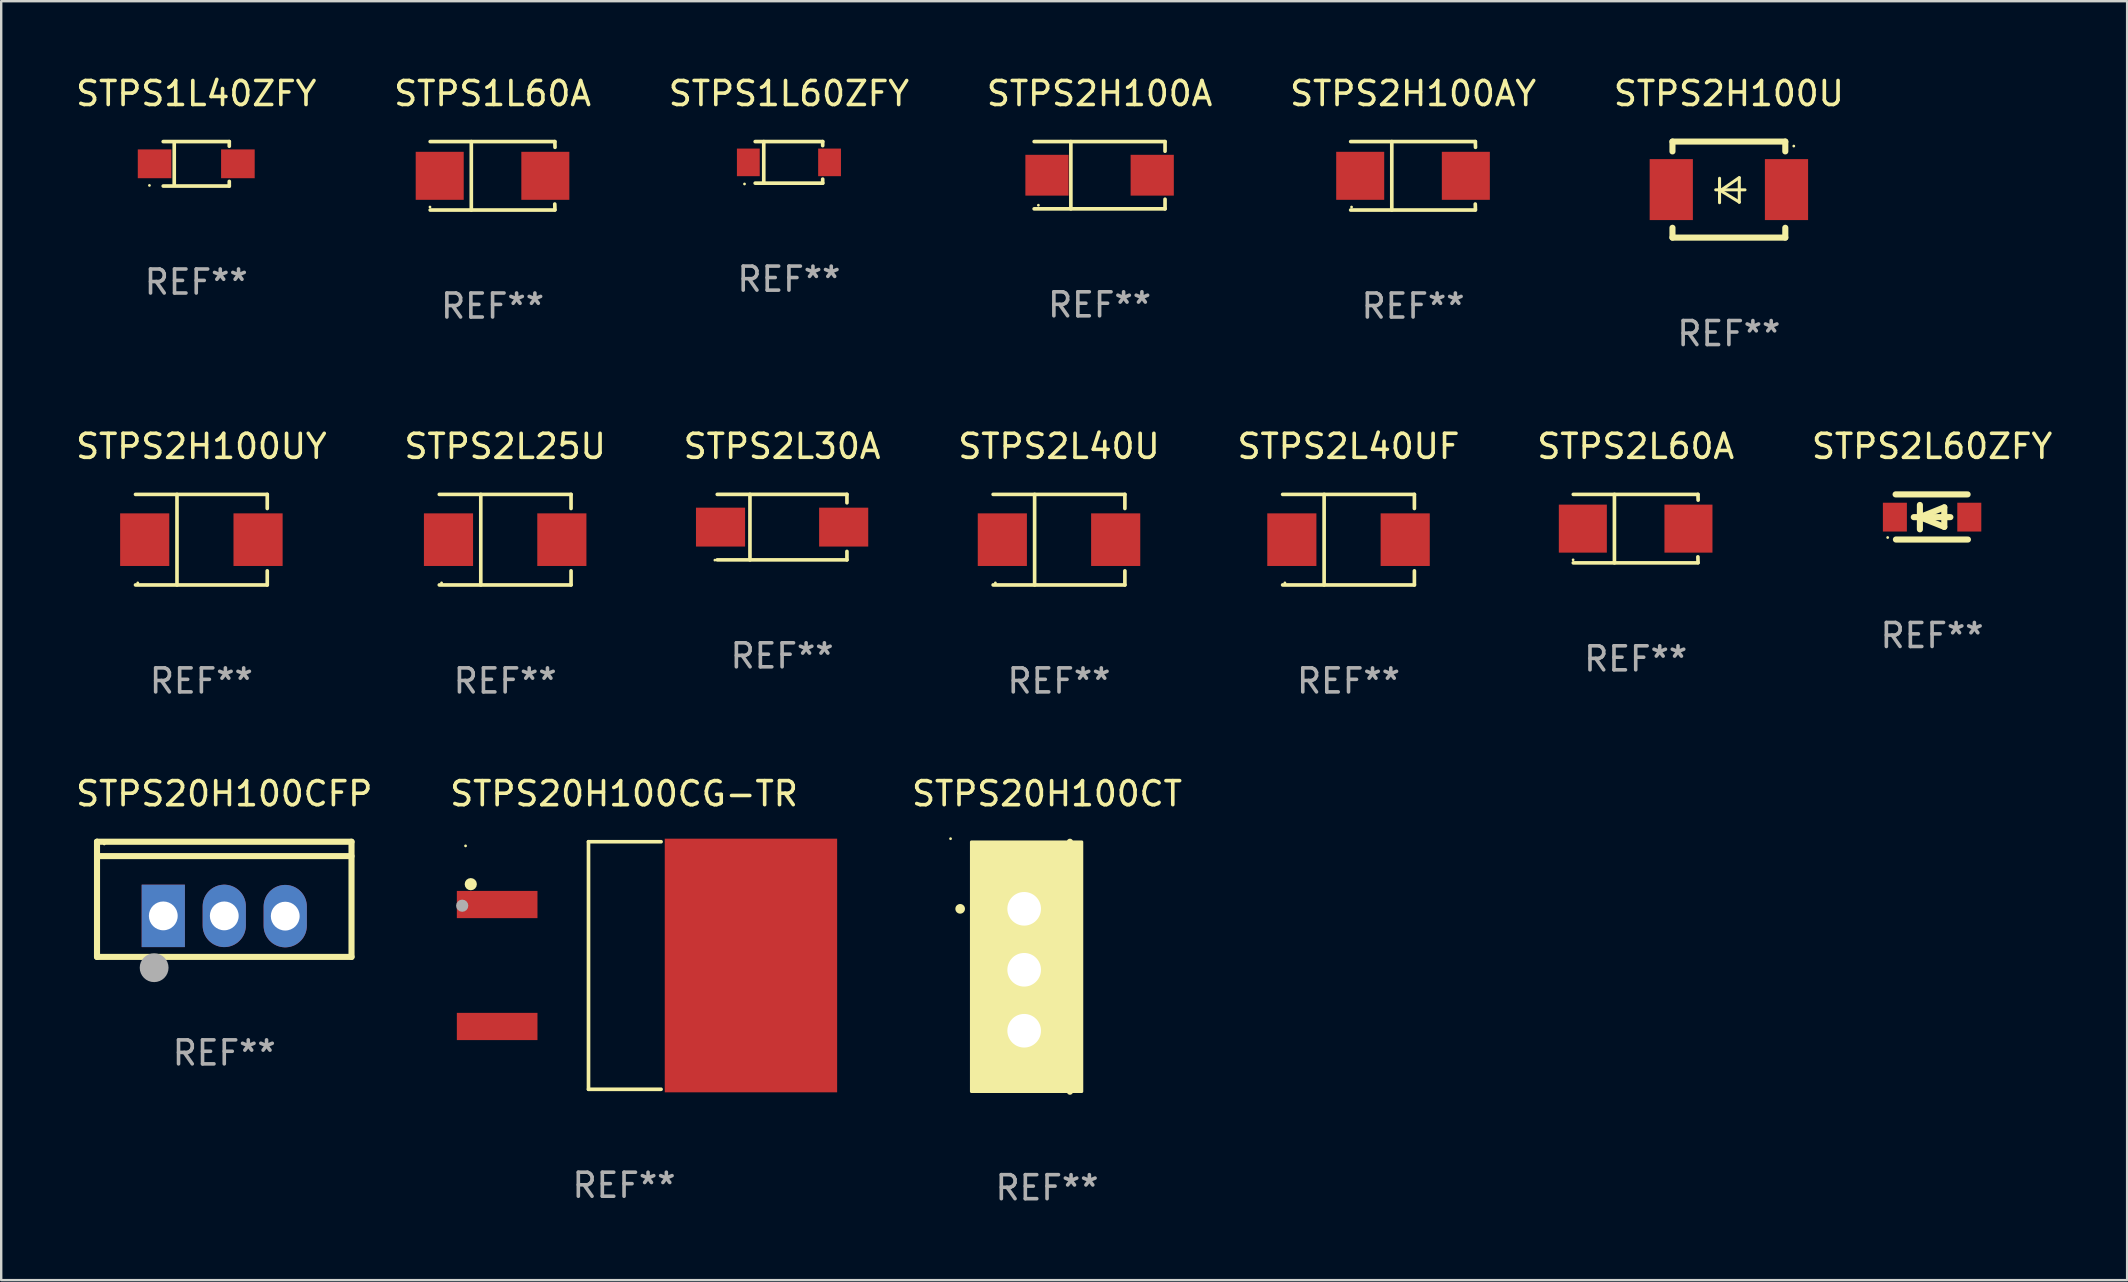
<source format=kicad_pcb>
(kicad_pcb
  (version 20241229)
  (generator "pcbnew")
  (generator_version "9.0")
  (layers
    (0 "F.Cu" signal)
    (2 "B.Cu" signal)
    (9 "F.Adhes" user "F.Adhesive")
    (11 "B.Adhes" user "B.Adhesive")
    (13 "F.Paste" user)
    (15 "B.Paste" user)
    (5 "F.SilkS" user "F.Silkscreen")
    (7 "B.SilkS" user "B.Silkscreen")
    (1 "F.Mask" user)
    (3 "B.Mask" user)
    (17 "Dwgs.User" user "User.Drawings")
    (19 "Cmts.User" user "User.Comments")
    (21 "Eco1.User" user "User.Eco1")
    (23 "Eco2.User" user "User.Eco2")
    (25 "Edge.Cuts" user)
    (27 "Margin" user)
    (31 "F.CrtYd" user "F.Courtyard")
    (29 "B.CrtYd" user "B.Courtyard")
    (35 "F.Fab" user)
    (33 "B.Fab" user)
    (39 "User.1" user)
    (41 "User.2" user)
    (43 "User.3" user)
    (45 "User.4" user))
  (footprint "STPS2L60ZFY"
    (layer "F.Cu")
    (at 77.435 18.485)
    (property "Reference" "STPS2L60ZFY" (at 0 -2.94 0) (layer "F.SilkS") (effects (font (size 1 1) (thickness 0.15))))
    (attr through_hole)
    (fp_line (start -1.52 -0.94) (end 1.48 -0.94) (stroke (width 0.254) (type solid)) (layer "F.SilkS"))
    (fp_line (start -1.507 0.94) (end 1.493 0.94) (stroke (width 0.254) (type solid)) (layer "F.SilkS"))
    (fp_line (start -0.762 0.007) (end 0.762 0.007) (stroke (width 0.254) (type solid)) (layer "F.SilkS"))
    (fp_line (start -0.508 -0.501) (end -0.508 0.515) (stroke (width 0.254) (type solid)) (layer "F.SilkS"))
    (fp_line (start -0.508 0.007) (end 0.508 -0.4) (stroke (width 0.254) (type solid)) (layer "F.SilkS"))
    (fp_line (start 0.508 -0.4) (end 0.508 0.413) (stroke (width 0.254) (type solid)) (layer "F.SilkS"))
    (fp_line (start 0.508 0.413) (end -0.508 0.007) (stroke (width 0.254) (type solid)) (layer "F.SilkS"))
    (fp_circle (center -1.85 0.857) (end -1.82 0.857) (stroke (width 0.06) (type solid)) (fill no) (layer "F.SilkS"))
    (fp_text user "REF**" (at 0 4.94 0) (layer "F.Fab") (effects (font (size 1 1) (thickness 0.15))))
    (pad "1" smd rect (at -1.55 0.007) (size 1 1.2) (layers "F.Cu" "F.Mask" "F.Paste"))
    (pad "2" smd rect (at 1.55 0.007) (size 1 1.2) (layers "F.Cu" "F.Mask" "F.Paste")))
  (footprint "STPS1L60ZFY"
    (layer "F.Cu")
    (at 29.815 3.714)
    (property "Reference" "STPS1L60ZFY" (at 0 -2.866 0) (layer "F.SilkS") (effects (font (size 1 1) (thickness 0.15))))
    (attr through_hole)
    (fp_line (start -1.406 -0.866) (end 1.406 -0.866) (stroke (width 0.152) (type solid)) (layer "F.SilkS"))
    (fp_line (start -1.406 0.866) (end 1.406 0.866) (stroke (width 0.152) (type solid)) (layer "F.SilkS"))
    (fp_line (start -1.049 -0.866) (end -1.049 0.866) (stroke (width 0.152) (type solid)) (layer "F.SilkS"))
    (fp_line (start 1.406 -0.866) (end 1.406 -0.698) (stroke (width 0.152) (type solid)) (layer "F.SilkS"))
    (fp_line (start 1.406 0.866) (end 1.406 0.698) (stroke (width 0.152) (type solid)) (layer "F.SilkS"))
    (fp_circle (center -1.851 0.9) (end -1.821 0.9) (stroke (width 0.06) (type solid)) (fill no) (layer "F.SilkS"))
    (fp_text user "REF**" (at 0 4.866 0) (layer "F.Fab") (effects (font (size 1 1) (thickness 0.15))))
    (pad "1" smd rect (at -1.692 0) (size 0.95 1.15) (layers "F.Cu" "F.Mask" "F.Paste"))
    (pad "2" smd rect (at 1.692 0) (size 0.95 1.15) (layers "F.Cu" "F.Mask" "F.Paste")))
  (footprint "STPS2L60A"
    (layer "F.Cu")
    (at 65.089 18.971)
    (property "Reference" "STPS2L60A" (at 0 -3.426 0) (layer "F.SilkS") (effects (font (size 1 1) (thickness 0.15))))
    (attr through_hole)
    (fp_line (start -2.6 -1.426) (end 2.593 -1.426) (stroke (width 0.152) (type solid)) (layer "F.SilkS"))
    (fp_line (start -2.6 1.426) (end 2.593 1.426) (stroke (width 0.152) (type solid)) (layer "F.SilkS"))
    (fp_line (start -0.887 -1.426) (end -0.887 1.426) (stroke (width 0.152) (type solid)) (layer "F.SilkS"))
    (fp_line (start 2.59 1.176) (end 2.597 1.415) (stroke (width 0.152) (type solid)) (layer "F.SilkS"))
    (fp_line (start 2.593 -1.426) (end 2.6 -1.187) (stroke (width 0.152) (type solid)) (layer "F.SilkS"))
    (fp_circle (center -2.608 1.3) (end -2.578 1.3) (stroke (width 0.06) (type solid)) (fill no) (layer "F.SilkS"))
    (fp_text user "REF**" (at 0 5.426 0) (layer "F.Fab") (effects (font (size 1 1) (thickness 0.15))))
    (pad "1" smd rect (at -2.203 0 180) (size 2 2) (layers "F.Cu" "F.Mask" "F.Paste"))
    (pad "2" smd rect (at 2.197 0 180) (size 2 2) (layers "F.Cu" "F.Mask" "F.Paste")))
  (footprint "STPS1L40ZFY"
    (layer "F.Cu")
    (at 5.125 3.774)
    (property "Reference" "STPS1L40ZFY" (at 0 -2.926 0) (layer "F.SilkS") (effects (font (size 1 1) (thickness 0.15))))
    (attr through_hole)
    (fp_line (start -1.376 -0.926) (end 1.376 -0.926) (stroke (width 0.152) (type solid)) (layer "F.SilkS"))
    (fp_line (start -1.376 0.926) (end 1.376 0.926) (stroke (width 0.152) (type solid)) (layer "F.SilkS"))
    (fp_line (start -0.917 -0.876) (end -0.917 0.876) (stroke (width 0.152) (type solid)) (layer "F.SilkS"))
    (fp_line (start 1.376 -0.926) (end 1.376 -0.733) (stroke (width 0.152) (type solid)) (layer "F.SilkS"))
    (fp_line (start 1.376 0.926) (end 1.376 0.733) (stroke (width 0.152) (type solid)) (layer "F.SilkS"))
    (fp_circle (center -1.95 0.9) (end -1.92 0.9) (stroke (width 0.06) (type solid)) (fill no) (layer "F.SilkS"))
    (fp_text user "REF**" (at 0 4.926 0) (layer "F.Fab") (effects (font (size 1 1) (thickness 0.15))))
    (pad "1" smd rect (at -1.735 0) (size 1.4 1.2) (layers "F.Cu" "F.Mask" "F.Paste"))
    (pad "2" smd rect (at 1.735 0) (size 1.4 1.2) (layers "F.Cu" "F.Mask" "F.Paste")))
  (footprint "STPS20H100CG-TR"
    (layer "F.Cu")
    (at 22.946 37.17)
    (property "Reference" "STPS20H100CG-TR" (at 0 -7.156 0) (layer "F.SilkS") (effects (font (size 1 1) (thickness 0.15))))
    (attr through_hole)
    (fp_line (start -1.481 -5.156) (end -1.481 5.156) (stroke (width 0.152) (type solid)) (layer "F.SilkS"))
    (fp_line (start 1.543 -5.156) (end -1.481 -5.156) (stroke (width 0.152) (type solid)) (layer "F.SilkS"))
    (fp_line (start 1.543 5.156) (end -1.481 5.156) (stroke (width 0.152) (type solid)) (layer "F.SilkS"))
    (fp_circle (center -6.602 -4.983) (end -6.572 -4.983) (stroke (width 0.06) (type solid)) (fill no) (layer "F.SilkS"))
    (fp_circle (center -6.385 -3.388) (end -6.258 -3.388) (stroke (width 0.254) (type solid)) (fill no) (layer "F.SilkS"))
    (fp_circle (center -6.742 -2.491) (end -6.615 -2.491) (stroke (width 0.254) (type solid)) (fill no) (layer "F.Fab"))
    (fp_text user "REF**" (at 0 9.156 0) (layer "F.Fab") (effects (font (size 1 1) (thickness 0.15))))
    (pad "1" smd rect (at -5.286 -2.54) (size 3.359 1.134) (layers "F.Cu" "F.Mask" "F.Paste"))
    (pad "3" smd rect (at -5.286 2.54) (size 3.359 1.134) (layers "F.Cu" "F.Mask" "F.Paste"))
    (pad "4" smd rect (at 5.286 0) (size 7.181 10.566) (layers "F.Cu" "F.Mask" "F.Paste")))
  (footprint "STPS2H100A"
    (layer "F.Cu")
    (at 42.756 4.249)
    (property "Reference" "STPS2H100A" (at 0 -3.401 0) (layer "F.SilkS") (effects (font (size 1 1) (thickness 0.15))))
    (attr through_hole)
    (fp_line (start -2.726 -1.401) (end 2.726 -1.401) (stroke (width 0.152) (type solid)) (layer "F.SilkS"))
    (fp_line (start -2.726 1.401) (end 2.726 1.401) (stroke (width 0.152) (type solid)) (layer "F.SilkS"))
    (fp_line (start -1.197 -1.401) (end -1.197 1.401) (stroke (width 0.152) (type solid)) (layer "F.SilkS"))
    (fp_line (start 2.726 -1.401) (end 2.726 -1) (stroke (width 0.152) (type solid)) (layer "F.SilkS"))
    (fp_line (start 2.726 1.401) (end 2.726 1) (stroke (width 0.152) (type solid)) (layer "F.SilkS"))
    (fp_circle (center -2.55 1.25) (end -2.52 1.25) (stroke (width 0.06) (type solid)) (fill no) (layer "F.SilkS"))
    (fp_text user "REF**" (at 0 5.401 0) (layer "F.Fab") (effects (font (size 1 1) (thickness 0.15))))
    (pad "1" smd rect (at -2.192 0) (size 1.8 1.7) (layers "F.Cu" "F.Mask" "F.Paste"))
    (pad "2" smd rect (at 2.192 0) (size 1.8 1.7) (layers "F.Cu" "F.Mask" "F.Paste")))
  (footprint "STPS2L30A"
    (layer "F.Cu")
    (at 29.53 18.908)
    (property "Reference" "STPS2L30A" (at 0 -3.364 0) (layer "F.SilkS") (effects (font (size 1 1) (thickness 0.15))))
    (attr through_hole)
    (fp_line (start -2.701 -1.364) (end 2.701 -1.364) (stroke (width 0.152) (type solid)) (layer "F.SilkS"))
    (fp_line (start -2.701 1.364) (end 2.701 1.364) (stroke (width 0.152) (type solid)) (layer "F.SilkS"))
    (fp_line (start -1.339 -1.364) (end -1.339 1.364) (stroke (width 0.152) (type solid)) (layer "F.SilkS"))
    (fp_line (start 2.701 -1.364) (end 2.701 -1.013) (stroke (width 0.152) (type solid)) (layer "F.SilkS"))
    (fp_line (start 2.701 1.364) (end 2.701 1.013) (stroke (width 0.152) (type solid)) (layer "F.SilkS"))
    (fp_circle (center -2.8 1.375) (end -2.77 1.375) (stroke (width 0.06) (type solid)) (fill no) (layer "F.SilkS"))
    (fp_text user "REF**" (at 0 5.364 0) (layer "F.Fab") (effects (font (size 1 1) (thickness 0.15))))
    (pad "1" smd rect (at -2.565 -0.000025) (size 2.046 1.62) (layers "F.Cu" "F.Mask" "F.Paste"))
    (pad "2" smd rect (at 2.565 -0.000025) (size 2.046 1.62) (layers "F.Cu" "F.Mask" "F.Paste")))
  (footprint "STPS2L40U"
    (layer "F.Cu")
    (at 41.065 19.431)
    (property "Reference" "STPS2L40U" (at 0 -3.886 0) (layer "F.SilkS") (effects (font (size 1 1) (thickness 0.15))))
    (attr through_hole)
    (fp_line (start -2.744 -1.886) (end 2.744 -1.886) (stroke (width 0.152) (type solid)) (layer "F.SilkS"))
    (fp_line (start -2.744 1.886) (end 2.744 1.886) (stroke (width 0.152) (type solid)) (layer "F.SilkS"))
    (fp_line (start -1.016 -1.886) (end -1.016 1.886) (stroke (width 0.152) (type solid)) (layer "F.SilkS"))
    (fp_line (start 2.744 -1.886) (end 2.744 -1.299) (stroke (width 0.152) (type solid)) (layer "F.SilkS"))
    (fp_line (start 2.744 1.886) (end 2.744 1.299) (stroke (width 0.152) (type solid)) (layer "F.SilkS"))
    (fp_circle (center -2.65 1.8) (end -2.62 1.8) (stroke (width 0.06) (type solid)) (fill no) (layer "F.SilkS"))
    (fp_text user "REF**" (at 0 5.886 0) (layer "F.Fab") (effects (font (size 1 1) (thickness 0.15))))
    (pad "1" smd rect (at -2.361 0) (size 2.047 2.192) (layers "F.Cu" "F.Mask" "F.Paste"))
    (pad "2" smd rect (at 2.361 0) (size 2.047 2.192) (layers "F.Cu" "F.Mask" "F.Paste")))
  (footprint "STPS20H100CT"
    (layer "F.Cu")
    (at 40.567 37.221)
    (property "Reference" "STPS20H100CT" (at 0 -7.207 0) (layer "F.SilkS") (effects (font (size 1 1) (thickness 0.15))))
    (attr through_hole)
    (fp_line (start 0.953 5.207) (end 0.953 -5.207) (stroke (width 0.254) (type solid)) (layer "F.SilkS"))
    (fp_arc (start -3.619507 -2.410465) (mid -3.619511 -2.411735) (end -3.619507 -2.413005) (stroke (width 0.4) (type solid)) (layer "F.SilkS"))
    (fp_circle (center -4.02 -5.334) (end -3.99 -5.334) (stroke (width 0.06) (type solid)) (fill no) (layer "F.SilkS"))
    (fp_poly (pts (xy -3.152 -5.2) (xy 1.448 -5.2) (xy 1.448 5.2) (xy -3.152 5.2)) (stroke (width 0.12) (type solid)) (fill yes) (layer "F.SilkS"))
    (fp_text user "REF**" (at 0 9.207 0) (layer "F.Fab") (effects (font (size 1 1) (thickness 0.15))))
    (pad "1" thru_hole rect (at -0.953 -2.413 270) (size 2 2.5) (drill 1.4) (layers "*.Cu" "*.Mask"))
    (pad "2" thru_hole oval (at -0.953 0.127 270) (size 2 2.5) (drill 1.4) (layers "*.Cu" "*.Mask"))
    (pad "3" thru_hole oval (at -0.953 2.667 270) (size 2 2.5) (drill 1.4) (layers "*.Cu" "*.Mask")))
  (footprint "STPS1L60A"
    (layer "F.Cu")
    (at 17.47 4.274)
    (property "Reference" "STPS1L60A" (at 0 -3.426 0) (layer "F.SilkS") (effects (font (size 1 1) (thickness 0.15))))
    (attr through_hole)
    (fp_line (start -2.6 -1.426) (end 2.593 -1.426) (stroke (width 0.152) (type solid)) (layer "F.SilkS"))
    (fp_line (start -2.6 1.426) (end 2.593 1.426) (stroke (width 0.152) (type solid)) (layer "F.SilkS"))
    (fp_line (start -0.887 -1.426) (end -0.887 1.426) (stroke (width 0.152) (type solid)) (layer "F.SilkS"))
    (fp_line (start 2.59 1.176) (end 2.597 1.415) (stroke (width 0.152) (type solid)) (layer "F.SilkS"))
    (fp_line (start 2.593 -1.426) (end 2.6 -1.187) (stroke (width 0.152) (type solid)) (layer "F.SilkS"))
    (fp_circle (center -2.608 1.3) (end -2.578 1.3) (stroke (width 0.06) (type solid)) (fill no) (layer "F.SilkS"))
    (fp_text user "REF**" (at 0 5.426 0) (layer "F.Fab") (effects (font (size 1 1) (thickness 0.15))))
    (pad "1" smd rect (at -2.203 0 180) (size 2 2) (layers "F.Cu" "F.Mask" "F.Paste"))
    (pad "2" smd rect (at 2.197 0 180) (size 2 2) (layers "F.Cu" "F.Mask" "F.Paste")))
  (footprint "STPS2H100U"
    (layer "F.Cu")
    (at 68.97 4.848)
    (property "Reference" "STPS2H100U" (at 0 -4 0) (layer "F.SilkS") (effects (font (size 1 1) (thickness 0.15))))
    (attr through_hole)
    (fp_line (start -2.35 -2) (end -2.35 -1.591) (stroke (width 0.254) (type solid)) (layer "F.SilkS"))
    (fp_line (start -2.35 -2) (end 2.35 -2) (stroke (width 0.254) (type solid)) (layer "F.SilkS"))
    (fp_line (start -2.35 1.591) (end -2.35 2) (stroke (width 0.254) (type solid)) (layer "F.SilkS"))
    (fp_line (start -2.35 2) (end 2.35 2) (stroke (width 0.254) (type solid)) (layer "F.SilkS"))
    (fp_line (start -0.548 0.01) (end 0.671 0.01) (stroke (width 0.127) (type solid)) (layer "F.SilkS"))
    (fp_line (start -0.389 -0.47) (end -0.389 0.546) (stroke (width 0.127) (type solid)) (layer "F.SilkS"))
    (fp_line (start -0.35 0.04) (end 0.433 0.52) (stroke (width 0.127) (type solid)) (layer "F.SilkS"))
    (fp_line (start 0.433 -0.5) (end -0.35 0.04) (stroke (width 0.127) (type solid)) (layer "F.SilkS"))
    (fp_line (start 0.433 0.53) (end 0.433 -0.486) (stroke (width 0.127) (type solid)) (layer "F.SilkS"))
    (fp_line (start 2.35 -2) (end 2.35 -1.591) (stroke (width 0.254) (type solid)) (layer "F.SilkS"))
    (fp_line (start 2.35 1.591) (end 2.35 2) (stroke (width 0.254) (type solid)) (layer "F.SilkS"))
    (fp_circle (center 2.704 -1.813) (end 2.734 -1.813) (stroke (width 0.06) (type solid)) (fill no) (layer "F.SilkS"))
    (fp_text user "REF**" (at 0 6 0) (layer "F.Fab") (effects (font (size 1 1) (thickness 0.15))))
    (pad "1" smd rect (at 2.4 0) (size 1.8 2.54) (layers "F.Cu" "F.Mask" "F.Paste"))
    (pad "2" smd rect (at -2.4 0) (size 1.8 2.54) (layers "F.Cu" "F.Mask" "F.Paste")))
  (footprint "STPS2L25U"
    (layer "F.Cu")
    (at 17.994 19.431)
    (property "Reference" "STPS2L25U" (at 0 -3.886 0) (layer "F.SilkS") (effects (font (size 1 1) (thickness 0.15))))
    (attr through_hole)
    (fp_line (start -2.744 -1.886) (end 2.744 -1.886) (stroke (width 0.152) (type solid)) (layer "F.SilkS"))
    (fp_line (start -2.744 1.886) (end 2.744 1.886) (stroke (width 0.152) (type solid)) (layer "F.SilkS"))
    (fp_line (start -1.016 -1.886) (end -1.016 1.886) (stroke (width 0.152) (type solid)) (layer "F.SilkS"))
    (fp_line (start 2.744 -1.886) (end 2.744 -1.299) (stroke (width 0.152) (type solid)) (layer "F.SilkS"))
    (fp_line (start 2.744 1.886) (end 2.744 1.299) (stroke (width 0.152) (type solid)) (layer "F.SilkS"))
    (fp_circle (center -2.65 1.8) (end -2.62 1.8) (stroke (width 0.06) (type solid)) (fill no) (layer "F.SilkS"))
    (fp_text user "REF**" (at 0 5.886 0) (layer "F.Fab") (effects (font (size 1 1) (thickness 0.15))))
    (pad "1" smd rect (at -2.361 0) (size 2.047 2.192) (layers "F.Cu" "F.Mask" "F.Paste"))
    (pad "2" smd rect (at 2.361 0) (size 2.047 2.192) (layers "F.Cu" "F.Mask" "F.Paste")))
  (footprint "STPS20H100CFP"
    (layer "F.Cu")
    (at 6.292 34.413)
    (property "Reference" "STPS20H100CFP" (at 0 -4.399 0) (layer "F.SilkS") (effects (font (size 1 1) (thickness 0.15))))
    (attr through_hole)
    (fp_line (start -5.301 -2.399) (end 5.301 -2.399) (stroke (width 0.254) (type solid)) (layer "F.SilkS"))
    (fp_line (start -5.301 -2.394) (end -5.301 -2.399) (stroke (width 0.254) (type solid)) (layer "F.SilkS"))
    (fp_line (start -5.301 2.399) (end -5.301 -2.394) (stroke (width 0.254) (type solid)) (layer "F.SilkS"))
    (fp_line (start 5.3 -1.8) (end -5.3 -1.8) (stroke (width 0.254) (type solid)) (layer "F.SilkS"))
    (fp_line (start 5.301 -2.399) (end 5.301 2.399) (stroke (width 0.254) (type solid)) (layer "F.SilkS"))
    (fp_line (start 5.301 2.399) (end -5.301 2.399) (stroke (width 0.254) (type solid)) (layer "F.SilkS"))
    (fp_arc (start -2.769977 3.025032) (mid -2.768707 3.025028) (end -2.767437 3.025032) (stroke (width 0.4) (type solid)) (layer "F.SilkS"))
    (fp_circle (center -5 -2.305) (end -4.97 -2.305) (stroke (width 0.06) (type solid)) (fill no) (layer "F.SilkS"))
    (fp_circle (center -2.921 2.849) (end -2.621 2.849) (stroke (width 0.6) (type solid)) (fill no) (layer "F.Fab"))
    (fp_text user "REF**" (at 0 6.399 0) (layer "F.Fab") (effects (font (size 1 1) (thickness 0.15))))
    (pad "1" thru_hole rect (at -2.54 0.69) (size 1.8 2.6) (drill 1.2) (layers "*.Cu" "*.Mask"))
    (pad "2" thru_hole oval (at 0 0.69) (size 1.8 2.6) (drill 1.2) (layers "*.Cu" "*.Mask"))
    (pad "3" thru_hole oval (at 2.54 0.7) (size 1.8 2.6) (drill 1.2) (layers "*.Cu" "*.Mask")))
  (footprint "STPS2H100UY"
    (layer "F.Cu")
    (at 5.339 19.431)
    (property "Reference" "STPS2H100UY" (at 0 -3.886 0) (layer "F.SilkS") (effects (font (size 1 1) (thickness 0.15))))
    (attr through_hole)
    (fp_line (start -2.744 -1.886) (end 2.744 -1.886) (stroke (width 0.152) (type solid)) (layer "F.SilkS"))
    (fp_line (start -2.744 1.886) (end 2.744 1.886) (stroke (width 0.152) (type solid)) (layer "F.SilkS"))
    (fp_line (start -1.016 -1.886) (end -1.016 1.886) (stroke (width 0.152) (type solid)) (layer "F.SilkS"))
    (fp_line (start 2.744 -1.886) (end 2.744 -1.299) (stroke (width 0.152) (type solid)) (layer "F.SilkS"))
    (fp_line (start 2.744 1.886) (end 2.744 1.299) (stroke (width 0.152) (type solid)) (layer "F.SilkS"))
    (fp_circle (center -2.65 1.8) (end -2.62 1.8) (stroke (width 0.06) (type solid)) (fill no) (layer "F.SilkS"))
    (fp_text user "REF**" (at 0 5.886 0) (layer "F.Fab") (effects (font (size 1 1) (thickness 0.15))))
    (pad "1" smd rect (at -2.361 0) (size 2.047 2.192) (layers "F.Cu" "F.Mask" "F.Paste"))
    (pad "2" smd rect (at 2.361 0) (size 2.047 2.192) (layers "F.Cu" "F.Mask" "F.Paste")))
  (footprint "STPS2L40UF"
    (layer "F.Cu")
    (at 53.125 19.431)
    (property "Reference" "STPS2L40UF" (at 0 -3.886 0) (layer "F.SilkS") (effects (font (size 1 1) (thickness 0.15))))
    (attr through_hole)
    (fp_line (start -2.744 -1.886) (end 2.744 -1.886) (stroke (width 0.152) (type solid)) (layer "F.SilkS"))
    (fp_line (start -2.744 1.886) (end 2.744 1.886) (stroke (width 0.152) (type solid)) (layer "F.SilkS"))
    (fp_line (start -1.016 -1.886) (end -1.016 1.886) (stroke (width 0.152) (type solid)) (layer "F.SilkS"))
    (fp_line (start 2.744 -1.886) (end 2.744 -1.299) (stroke (width 0.152) (type solid)) (layer "F.SilkS"))
    (fp_line (start 2.744 1.886) (end 2.744 1.299) (stroke (width 0.152) (type solid)) (layer "F.SilkS"))
    (fp_circle (center -2.65 1.8) (end -2.62 1.8) (stroke (width 0.06) (type solid)) (fill no) (layer "F.SilkS"))
    (fp_text user "REF**" (at 0 5.886 0) (layer "F.Fab") (effects (font (size 1 1) (thickness 0.15))))
    (pad "1" smd rect (at -2.361 0) (size 2.047 2.192) (layers "F.Cu" "F.Mask" "F.Paste"))
    (pad "2" smd rect (at 2.361 0) (size 2.047 2.192) (layers "F.Cu" "F.Mask" "F.Paste")))
  (footprint "STPS2H100AY"
    (layer "F.Cu")
    (at 55.815 4.274)
    (property "Reference" "STPS2H100AY" (at 0 -3.426 0) (layer "F.SilkS") (effects (font (size 1 1) (thickness 0.15))))
    (attr through_hole)
    (fp_line (start -2.6 -1.426) (end 2.593 -1.426) (stroke (width 0.152) (type solid)) (layer "F.SilkS"))
    (fp_line (start -2.6 1.426) (end 2.593 1.426) (stroke (width 0.152) (type solid)) (layer "F.SilkS"))
    (fp_line (start -0.887 -1.426) (end -0.887 1.426) (stroke (width 0.152) (type solid)) (layer "F.SilkS"))
    (fp_line (start 2.59 1.176) (end 2.597 1.415) (stroke (width 0.152) (type solid)) (layer "F.SilkS"))
    (fp_line (start 2.593 -1.426) (end 2.6 -1.187) (stroke (width 0.152) (type solid)) (layer "F.SilkS"))
    (fp_circle (center -2.563 1.3) (end -2.533 1.3) (stroke (width 0.06) (type solid)) (fill no) (layer "F.SilkS"))
    (fp_text user "REF**" (at 0 5.426 0) (layer "F.Fab") (effects (font (size 1 1) (thickness 0.15))))
    (pad "1" smd rect (at -2.203 -0.000025 180) (size 2 2) (layers "F.Cu" "F.Mask" "F.Paste"))
    (pad "2" smd rect (at 2.197 -0.000025 180) (size 2 2) (layers "F.Cu" "F.Mask" "F.Paste")))
  (gr_rect
    (start -3 -3)
    (end 85.56 50.276)
    (stroke (width 0.1) (type default))
    (fill no)
    (layer "Edge.Cuts")))
</source>
